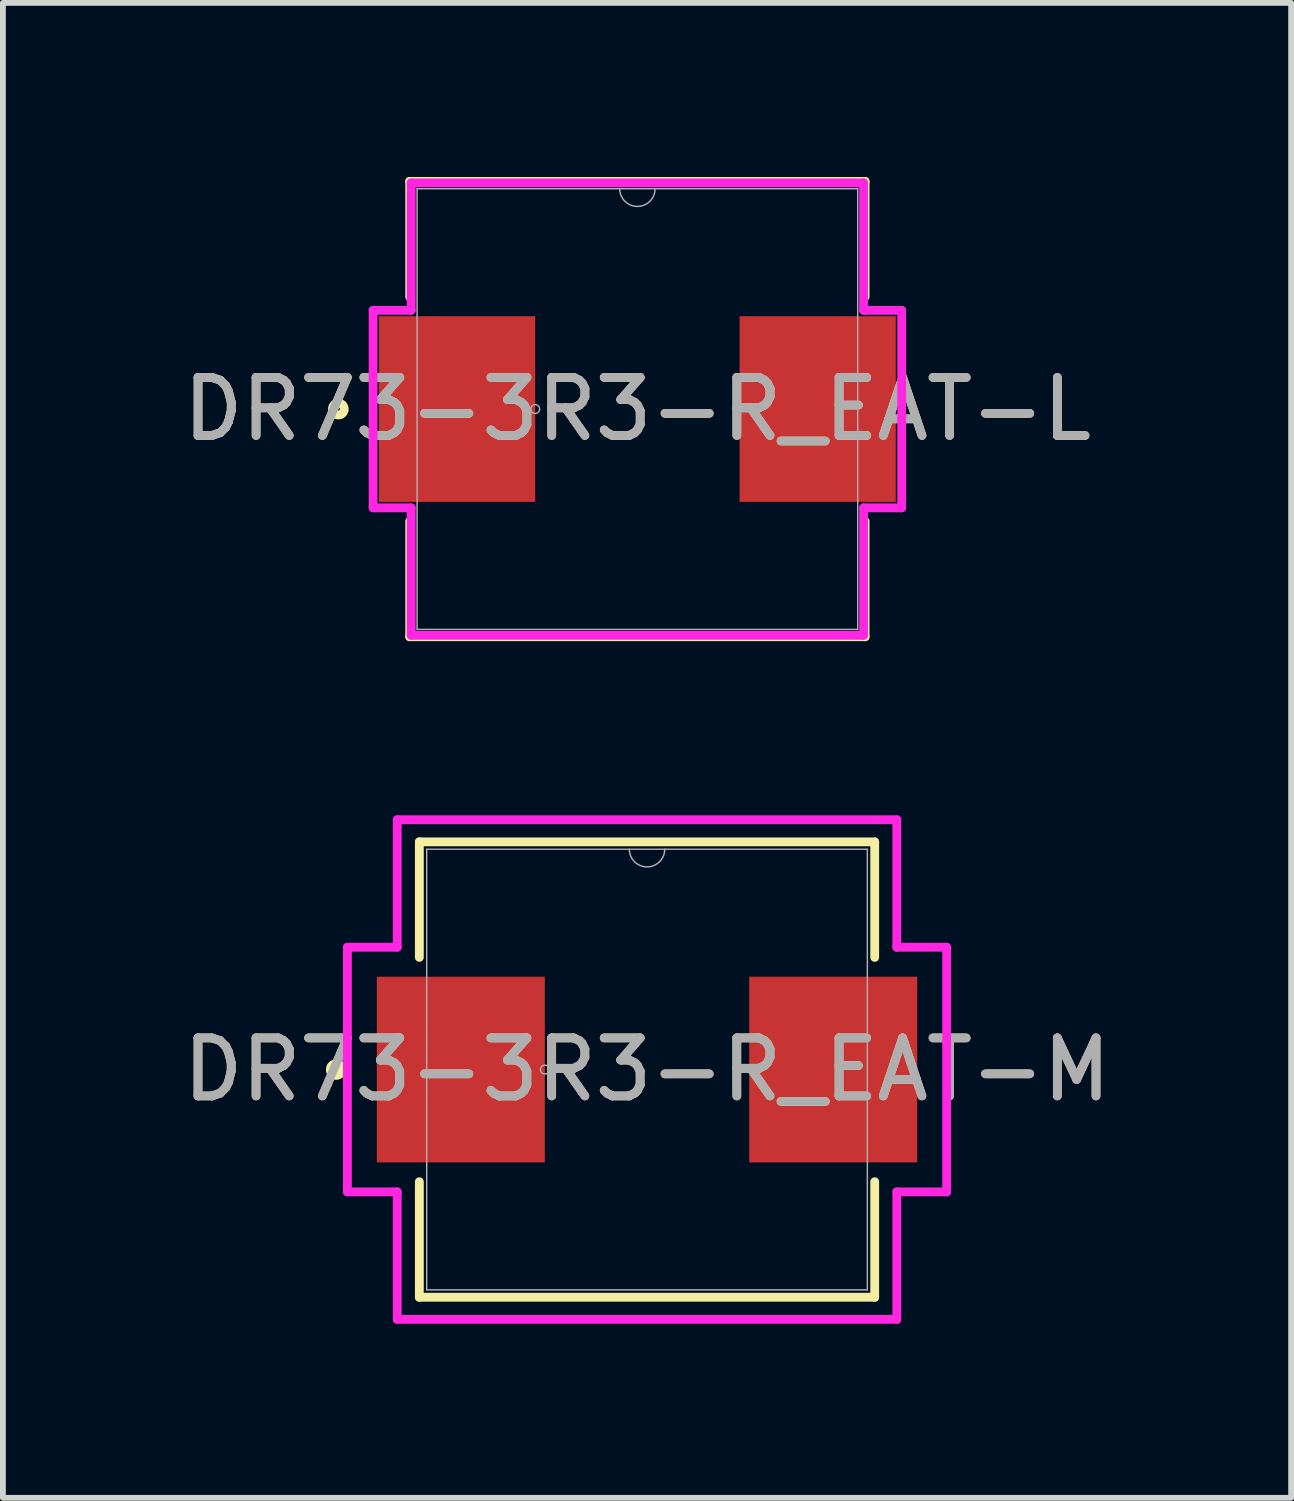
<source format=kicad_pcb>
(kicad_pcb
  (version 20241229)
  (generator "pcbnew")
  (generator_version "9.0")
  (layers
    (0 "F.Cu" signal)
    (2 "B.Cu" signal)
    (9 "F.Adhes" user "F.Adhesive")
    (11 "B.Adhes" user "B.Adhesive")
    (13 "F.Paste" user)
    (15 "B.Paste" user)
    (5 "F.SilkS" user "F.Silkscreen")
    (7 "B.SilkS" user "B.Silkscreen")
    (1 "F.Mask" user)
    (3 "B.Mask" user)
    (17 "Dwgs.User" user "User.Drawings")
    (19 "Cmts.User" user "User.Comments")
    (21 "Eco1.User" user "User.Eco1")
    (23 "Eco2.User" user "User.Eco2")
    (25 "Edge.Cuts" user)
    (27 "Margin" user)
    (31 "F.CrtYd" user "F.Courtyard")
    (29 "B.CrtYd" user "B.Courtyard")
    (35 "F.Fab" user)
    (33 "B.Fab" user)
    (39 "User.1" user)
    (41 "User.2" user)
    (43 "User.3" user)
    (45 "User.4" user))
  (footprint "DR73-3R3-R_EAT-M"
    (layer "F.Cu")
    (at 8.101 15.383)
    (property "Reference" "DR73-3R3-R_EAT-M" (at 0 0 0) (unlocked yes) (layer "F.SilkS") (effects (font (size 1 1) (thickness 0.15))))
    (attr smd)
    (fp_line (start -3.924 -3.924) (end -3.924 -1.933) (stroke (width 0.152) (type solid)) (layer "F.SilkS"))
    (fp_line (start -3.924 1.933) (end -3.924 3.924) (stroke (width 0.152) (type solid)) (layer "F.SilkS"))
    (fp_line (start -3.924 3.924) (end 3.924 3.924) (stroke (width 0.152) (type solid)) (layer "F.SilkS"))
    (fp_line (start 3.924 -3.924) (end -3.924 -3.924) (stroke (width 0.152) (type solid)) (layer "F.SilkS"))
    (fp_line (start 3.924 -1.933) (end 3.924 -3.924) (stroke (width 0.152) (type solid)) (layer "F.SilkS"))
    (fp_line (start 3.924 3.924) (end 3.924 1.933) (stroke (width 0.152) (type solid)) (layer "F.SilkS"))
    (fp_circle (center -5.357 0) (end -5.256 0) (stroke (width 0.152) (type solid)) (fill no) (layer "F.SilkS"))
    (fp_line (start -5.164 -2.108) (end -4.305 -2.108) (stroke (width 0.152) (type solid)) (layer "F.CrtYd"))
    (fp_line (start -5.164 2.108) (end -5.164 -2.108) (stroke (width 0.152) (type solid)) (layer "F.CrtYd"))
    (fp_line (start -5.164 2.108) (end -4.305 2.108) (stroke (width 0.152) (type solid)) (layer "F.CrtYd"))
    (fp_line (start -4.305 -4.305) (end 4.305 -4.305) (stroke (width 0.152) (type solid)) (layer "F.CrtYd"))
    (fp_line (start -4.305 -2.108) (end -4.305 -4.305) (stroke (width 0.152) (type solid)) (layer "F.CrtYd"))
    (fp_line (start -4.305 4.305) (end -4.305 2.108) (stroke (width 0.152) (type solid)) (layer "F.CrtYd"))
    (fp_line (start 4.305 -4.305) (end 4.305 -2.108) (stroke (width 0.152) (type solid)) (layer "F.CrtYd"))
    (fp_line (start 4.305 2.108) (end 4.305 4.305) (stroke (width 0.152) (type solid)) (layer "F.CrtYd"))
    (fp_line (start 4.305 4.305) (end -4.305 4.305) (stroke (width 0.152) (type solid)) (layer "F.CrtYd"))
    (fp_line (start 5.164 -2.108) (end 4.305 -2.108) (stroke (width 0.152) (type solid)) (layer "F.CrtYd"))
    (fp_line (start 5.164 -2.108) (end 5.164 2.108) (stroke (width 0.152) (type solid)) (layer "F.CrtYd"))
    (fp_line (start 5.164 2.108) (end 4.305 2.108) (stroke (width 0.152) (type solid)) (layer "F.CrtYd"))
    (fp_line (start -3.797 -3.797) (end -3.797 3.797) (stroke (width 0.025) (type solid)) (layer "F.Fab"))
    (fp_line (start -3.797 3.797) (end 3.797 3.797) (stroke (width 0.025) (type solid)) (layer "F.Fab"))
    (fp_line (start 3.797 -3.797) (end -3.797 -3.797) (stroke (width 0.025) (type solid)) (layer "F.Fab"))
    (fp_line (start 3.797 3.797) (end 3.797 -3.797) (stroke (width 0.025) (type solid)) (layer "F.Fab"))
    (fp_arc (start 0.3048 -3.7973) (mid 0 -3.4925) (end -0.3048 -3.7973) (stroke (width 0.0254) (type solid)) (layer "F.Fab"))
    (fp_circle (center -1.761 0) (end -1.685 0) (stroke (width 0.025) (type solid)) (fill no) (layer "F.Fab"))
    (fp_text user "${REFERENCE}" (at 0 0 0) (unlocked yes) (layer "F.Fab") (effects (font (size 1 1) (thickness 0.15))))
    (pad "1" smd rect (at -3.209 0) (size 2.896 3.2) (layers "F.Cu" "F.Mask" "F.Paste"))
    (pad "2" smd rect (at 3.209 0) (size 2.896 3.2) (layers "F.Cu" "F.Mask" "F.Paste")))
  (footprint "DR73-3R3-R_EAT-L"
    (layer "F.Cu")
    (at 7.935 4)
    (property "Reference" "DR73-3R3-R_EAT-L" (at 0 0 0) (unlocked yes) (layer "F.SilkS") (effects (font (size 1 1) (thickness 0.15))))
    (attr smd)
    (fp_line (start -3.924 -3.924) (end -3.924 -1.933) (stroke (width 0.152) (type solid)) (layer "F.SilkS"))
    (fp_line (start -3.924 1.933) (end -3.924 3.924) (stroke (width 0.152) (type solid)) (layer "F.SilkS"))
    (fp_line (start -3.924 3.924) (end 3.924 3.924) (stroke (width 0.152) (type solid)) (layer "F.SilkS"))
    (fp_line (start 3.924 -3.924) (end -3.924 -3.924) (stroke (width 0.152) (type solid)) (layer "F.SilkS"))
    (fp_line (start 3.924 -1.933) (end 3.924 -3.924) (stroke (width 0.152) (type solid)) (layer "F.SilkS"))
    (fp_line (start 3.924 3.924) (end 3.924 1.933) (stroke (width 0.152) (type solid)) (layer "F.SilkS"))
    (fp_circle (center -5.154 0) (end -5.052 0) (stroke (width 0.152) (type solid)) (fill no) (layer "F.SilkS"))
    (fp_line (start -4.555 -1.702) (end -3.899 -1.702) (stroke (width 0.152) (type solid)) (layer "F.CrtYd"))
    (fp_line (start -4.555 1.702) (end -4.555 -1.702) (stroke (width 0.152) (type solid)) (layer "F.CrtYd"))
    (fp_line (start -4.555 1.702) (end -3.899 1.702) (stroke (width 0.152) (type solid)) (layer "F.CrtYd"))
    (fp_line (start -3.899 -3.899) (end 3.899 -3.899) (stroke (width 0.152) (type solid)) (layer "F.CrtYd"))
    (fp_line (start -3.899 -1.702) (end -3.899 -3.899) (stroke (width 0.152) (type solid)) (layer "F.CrtYd"))
    (fp_line (start -3.899 3.899) (end -3.899 1.702) (stroke (width 0.152) (type solid)) (layer "F.CrtYd"))
    (fp_line (start 3.899 -3.899) (end 3.899 -1.702) (stroke (width 0.152) (type solid)) (layer "F.CrtYd"))
    (fp_line (start 3.899 1.702) (end 3.899 3.899) (stroke (width 0.152) (type solid)) (layer "F.CrtYd"))
    (fp_line (start 3.899 3.899) (end -3.899 3.899) (stroke (width 0.152) (type solid)) (layer "F.CrtYd"))
    (fp_line (start 4.555 -1.702) (end 3.899 -1.702) (stroke (width 0.152) (type solid)) (layer "F.CrtYd"))
    (fp_line (start 4.555 -1.702) (end 4.555 1.702) (stroke (width 0.152) (type solid)) (layer "F.CrtYd"))
    (fp_line (start 4.555 1.702) (end 3.899 1.702) (stroke (width 0.152) (type solid)) (layer "F.CrtYd"))
    (fp_line (start -3.797 -3.797) (end -3.797 3.797) (stroke (width 0.025) (type solid)) (layer "F.Fab"))
    (fp_line (start -3.797 3.797) (end 3.797 3.797) (stroke (width 0.025) (type solid)) (layer "F.Fab"))
    (fp_line (start 3.797 -3.797) (end -3.797 -3.797) (stroke (width 0.025) (type solid)) (layer "F.Fab"))
    (fp_line (start 3.797 3.797) (end 3.797 -3.797) (stroke (width 0.025) (type solid)) (layer "F.Fab"))
    (fp_arc (start 0.3048 -3.7973) (mid 0 -3.4925) (end -0.3048 -3.7973) (stroke (width 0.0254) (type solid)) (layer "F.Fab"))
    (fp_circle (center -1.761 0) (end -1.685 0) (stroke (width 0.025) (type solid)) (fill no) (layer "F.Fab"))
    (fp_text user "${REFERENCE}" (at 0 0 0) (unlocked yes) (layer "F.Fab") (effects (font (size 1 1) (thickness 0.15))))
    (pad "1" smd rect (at -3.107 0) (size 2.692 3.2) (layers "F.Cu" "F.Mask" "F.Paste"))
    (pad "2" smd rect (at 3.107 0) (size 2.692 3.2) (layers "F.Cu" "F.Mask" "F.Paste")))
  (gr_rect
    (start -3 -3)
    (end 19.202 22.764)
    (stroke (width 0.1) (type default))
    (fill no)
    (layer "Edge.Cuts")))
</source>
